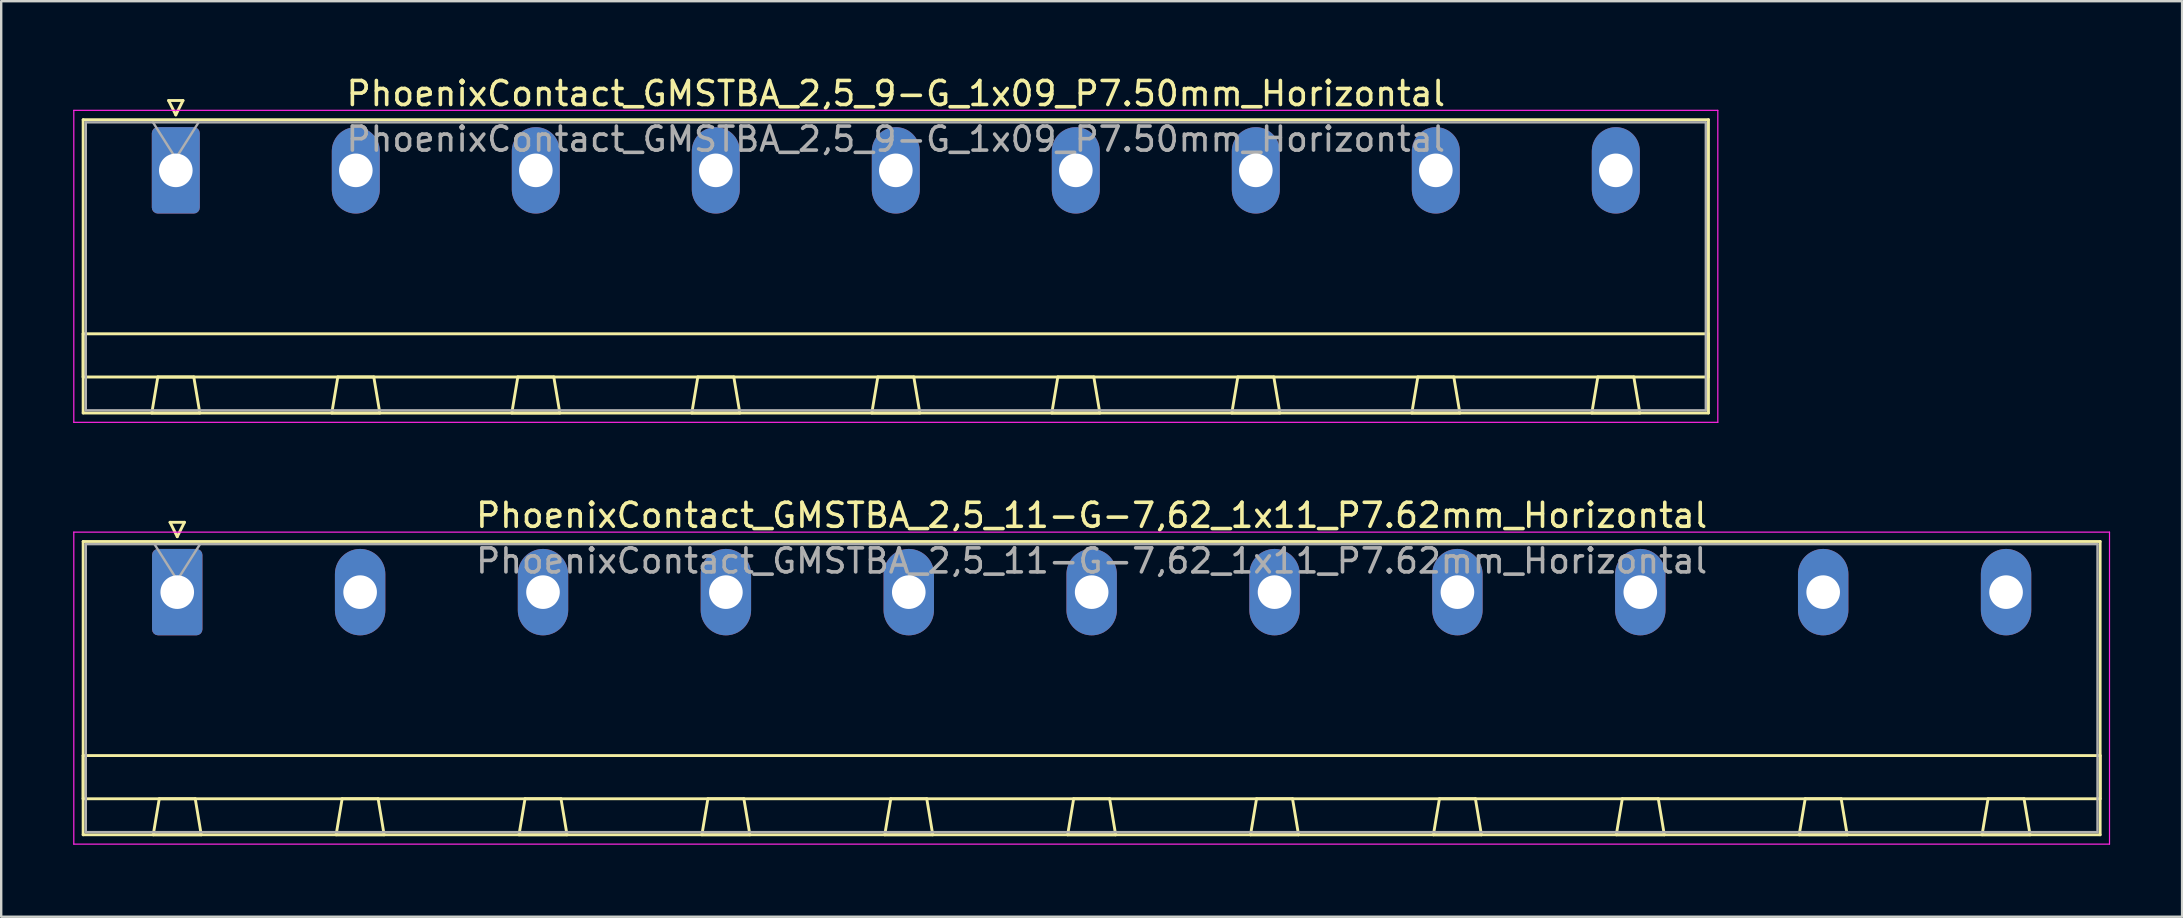
<source format=kicad_pcb>
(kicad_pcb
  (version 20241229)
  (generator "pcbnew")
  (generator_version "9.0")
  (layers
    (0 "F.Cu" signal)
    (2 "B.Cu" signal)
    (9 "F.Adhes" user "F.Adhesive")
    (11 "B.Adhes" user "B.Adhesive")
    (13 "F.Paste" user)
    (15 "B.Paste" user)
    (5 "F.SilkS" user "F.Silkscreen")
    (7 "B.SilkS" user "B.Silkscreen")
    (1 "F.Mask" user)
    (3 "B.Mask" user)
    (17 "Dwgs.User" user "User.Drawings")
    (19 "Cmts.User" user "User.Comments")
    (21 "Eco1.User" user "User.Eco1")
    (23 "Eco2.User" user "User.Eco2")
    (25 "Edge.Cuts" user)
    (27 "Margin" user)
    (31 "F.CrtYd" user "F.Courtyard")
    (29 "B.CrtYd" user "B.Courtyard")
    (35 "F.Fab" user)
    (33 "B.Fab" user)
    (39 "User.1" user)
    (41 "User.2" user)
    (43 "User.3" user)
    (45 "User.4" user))
  (footprint "PhoenixContact_GMSTBA_2,5_9-G_1x09_P7.50mm_Horizontal"
    (layer "F.Cu")
    (at 4.275 4.048)
    (property "Reference" "PhoenixContact_GMSTBA_2,5_9-G_1x09_P7.50mm_Horizontal" (at 30 -3.2 0) (layer "F.SilkS") (effects (font (size 1 1) (thickness 0.15))))
    (attr through_hole)
    (fp_line (start -3.86 -2.11) (end -3.86 10.11) (stroke (width 0.12) (type solid)) (layer "F.SilkS"))
    (fp_line (start -3.86 6.81) (end 63.86 6.81) (stroke (width 0.12) (type solid)) (layer "F.SilkS"))
    (fp_line (start -3.86 8.61) (end -3.86 6.81) (stroke (width 0.12) (type solid)) (layer "F.SilkS"))
    (fp_line (start -3.86 10.11) (end 63.86 10.11) (stroke (width 0.12) (type solid)) (layer "F.SilkS"))
    (fp_line (start -1 10.11) (end 1 10.11) (stroke (width 0.12) (type solid)) (layer "F.SilkS"))
    (fp_line (start -0.75 8.61) (end -1 10.11) (stroke (width 0.12) (type solid)) (layer "F.SilkS"))
    (fp_line (start -0.3 -2.91) (end 0.3 -2.91) (stroke (width 0.12) (type solid)) (layer "F.SilkS"))
    (fp_line (start 0 -2.31) (end -0.3 -2.91) (stroke (width 0.12) (type solid)) (layer "F.SilkS"))
    (fp_line (start 0.3 -2.91) (end 0 -2.31) (stroke (width 0.12) (type solid)) (layer "F.SilkS"))
    (fp_line (start 0.75 8.61) (end -0.75 8.61) (stroke (width 0.12) (type solid)) (layer "F.SilkS"))
    (fp_line (start 1 10.11) (end 0.75 8.61) (stroke (width 0.12) (type solid)) (layer "F.SilkS"))
    (fp_line (start 6.5 10.11) (end 8.5 10.11) (stroke (width 0.12) (type solid)) (layer "F.SilkS"))
    (fp_line (start 6.75 8.61) (end 6.5 10.11) (stroke (width 0.12) (type solid)) (layer "F.SilkS"))
    (fp_line (start 8.25 8.61) (end 6.75 8.61) (stroke (width 0.12) (type solid)) (layer "F.SilkS"))
    (fp_line (start 8.5 10.11) (end 8.25 8.61) (stroke (width 0.12) (type solid)) (layer "F.SilkS"))
    (fp_line (start 14 10.11) (end 16 10.11) (stroke (width 0.12) (type solid)) (layer "F.SilkS"))
    (fp_line (start 14.25 8.61) (end 14 10.11) (stroke (width 0.12) (type solid)) (layer "F.SilkS"))
    (fp_line (start 15.75 8.61) (end 14.25 8.61) (stroke (width 0.12) (type solid)) (layer "F.SilkS"))
    (fp_line (start 16 10.11) (end 15.75 8.61) (stroke (width 0.12) (type solid)) (layer "F.SilkS"))
    (fp_line (start 21.5 10.11) (end 23.5 10.11) (stroke (width 0.12) (type solid)) (layer "F.SilkS"))
    (fp_line (start 21.75 8.61) (end 21.5 10.11) (stroke (width 0.12) (type solid)) (layer "F.SilkS"))
    (fp_line (start 23.25 8.61) (end 21.75 8.61) (stroke (width 0.12) (type solid)) (layer "F.SilkS"))
    (fp_line (start 23.5 10.11) (end 23.25 8.61) (stroke (width 0.12) (type solid)) (layer "F.SilkS"))
    (fp_line (start 29 10.11) (end 31 10.11) (stroke (width 0.12) (type solid)) (layer "F.SilkS"))
    (fp_line (start 29.25 8.61) (end 29 10.11) (stroke (width 0.12) (type solid)) (layer "F.SilkS"))
    (fp_line (start 30.75 8.61) (end 29.25 8.61) (stroke (width 0.12) (type solid)) (layer "F.SilkS"))
    (fp_line (start 31 10.11) (end 30.75 8.61) (stroke (width 0.12) (type solid)) (layer "F.SilkS"))
    (fp_line (start 36.5 10.11) (end 38.5 10.11) (stroke (width 0.12) (type solid)) (layer "F.SilkS"))
    (fp_line (start 36.75 8.61) (end 36.5 10.11) (stroke (width 0.12) (type solid)) (layer "F.SilkS"))
    (fp_line (start 38.25 8.61) (end 36.75 8.61) (stroke (width 0.12) (type solid)) (layer "F.SilkS"))
    (fp_line (start 38.5 10.11) (end 38.25 8.61) (stroke (width 0.12) (type solid)) (layer "F.SilkS"))
    (fp_line (start 44 10.11) (end 46 10.11) (stroke (width 0.12) (type solid)) (layer "F.SilkS"))
    (fp_line (start 44.25 8.61) (end 44 10.11) (stroke (width 0.12) (type solid)) (layer "F.SilkS"))
    (fp_line (start 45.75 8.61) (end 44.25 8.61) (stroke (width 0.12) (type solid)) (layer "F.SilkS"))
    (fp_line (start 46 10.11) (end 45.75 8.61) (stroke (width 0.12) (type solid)) (layer "F.SilkS"))
    (fp_line (start 51.5 10.11) (end 53.5 10.11) (stroke (width 0.12) (type solid)) (layer "F.SilkS"))
    (fp_line (start 51.75 8.61) (end 51.5 10.11) (stroke (width 0.12) (type solid)) (layer "F.SilkS"))
    (fp_line (start 53.25 8.61) (end 51.75 8.61) (stroke (width 0.12) (type solid)) (layer "F.SilkS"))
    (fp_line (start 53.5 10.11) (end 53.25 8.61) (stroke (width 0.12) (type solid)) (layer "F.SilkS"))
    (fp_line (start 59 10.11) (end 61 10.11) (stroke (width 0.12) (type solid)) (layer "F.SilkS"))
    (fp_line (start 59.25 8.61) (end 59 10.11) (stroke (width 0.12) (type solid)) (layer "F.SilkS"))
    (fp_line (start 60.75 8.61) (end 59.25 8.61) (stroke (width 0.12) (type solid)) (layer "F.SilkS"))
    (fp_line (start 61 10.11) (end 60.75 8.61) (stroke (width 0.12) (type solid)) (layer "F.SilkS"))
    (fp_line (start 63.86 -2.11) (end -3.86 -2.11) (stroke (width 0.12) (type solid)) (layer "F.SilkS"))
    (fp_line (start 63.86 6.81) (end 63.86 8.61) (stroke (width 0.12) (type solid)) (layer "F.SilkS"))
    (fp_line (start 63.86 8.61) (end -3.86 8.61) (stroke (width 0.12) (type solid)) (layer "F.SilkS"))
    (fp_line (start 63.86 10.11) (end 63.86 -2.11) (stroke (width 0.12) (type solid)) (layer "F.SilkS"))
    (fp_line (start -4.25 -2.5) (end -4.25 10.5) (stroke (width 0.05) (type solid)) (layer "F.CrtYd"))
    (fp_line (start -4.25 10.5) (end 64.25 10.5) (stroke (width 0.05) (type solid)) (layer "F.CrtYd"))
    (fp_line (start 64.25 -2.5) (end -4.25 -2.5) (stroke (width 0.05) (type solid)) (layer "F.CrtYd"))
    (fp_line (start 64.25 10.5) (end 64.25 -2.5) (stroke (width 0.05) (type solid)) (layer "F.CrtYd"))
    (fp_line (start -3.75 -2) (end -3.75 10) (stroke (width 0.1) (type solid)) (layer "F.Fab"))
    (fp_line (start -3.75 10) (end 63.75 10) (stroke (width 0.1) (type solid)) (layer "F.Fab"))
    (fp_line (start 0 -0.5) (end -0.95 -2) (stroke (width 0.1) (type solid)) (layer "F.Fab"))
    (fp_line (start 0.95 -2) (end 0 -0.5) (stroke (width 0.1) (type solid)) (layer "F.Fab"))
    (fp_line (start 63.75 -2) (end -3.75 -2) (stroke (width 0.1) (type solid)) (layer "F.Fab"))
    (fp_line (start 63.75 10) (end 63.75 -2) (stroke (width 0.1) (type solid)) (layer "F.Fab"))
    (fp_text user "${REFERENCE}" (at 30 -1.3 0) (layer "F.Fab") (effects (font (size 1 1) (thickness 0.15))))
    (pad "1" thru_hole roundrect (at 0 0) (size 2 3.6) (drill 1.4) (layers "*.Cu" "*.Mask") (roundrect_rratio 0.125))
    (pad "2" thru_hole oval (at 7.5 0) (size 2 3.6) (drill 1.4) (layers "*.Cu" "*.Mask"))
    (pad "3" thru_hole oval (at 15 0) (size 2 3.6) (drill 1.4) (layers "*.Cu" "*.Mask"))
    (pad "4" thru_hole oval (at 22.5 0) (size 2 3.6) (drill 1.4) (layers "*.Cu" "*.Mask"))
    (pad "5" thru_hole oval (at 30 0) (size 2 3.6) (drill 1.4) (layers "*.Cu" "*.Mask"))
    (pad "6" thru_hole oval (at 37.5 0) (size 2 3.6) (drill 1.4) (layers "*.Cu" "*.Mask"))
    (pad "7" thru_hole oval (at 45 0) (size 2 3.6) (drill 1.4) (layers "*.Cu" "*.Mask"))
    (pad "8" thru_hole oval (at 52.5 0) (size 2 3.6) (drill 1.4) (layers "*.Cu" "*.Mask"))
    (pad "9" thru_hole oval (at 60 0) (size 2 3.6) (drill 1.4) (layers "*.Cu" "*.Mask")))
  (footprint "PhoenixContact_GMSTBA_2,5_11-G-7,62_1x11_P7.62mm_Horizontal"
    (layer "F.Cu")
    (at 4.335 21.622)
    (property "Reference" "PhoenixContact_GMSTBA_2,5_11-G-7,62_1x11_P7.62mm_Horizontal" (at 38.1 -3.2 0) (layer "F.SilkS") (effects (font (size 1 1) (thickness 0.15))))
    (attr through_hole)
    (fp_line (start -3.92 -2.11) (end -3.92 10.11) (stroke (width 0.12) (type solid)) (layer "F.SilkS"))
    (fp_line (start -3.92 6.81) (end 80.12 6.81) (stroke (width 0.12) (type solid)) (layer "F.SilkS"))
    (fp_line (start -3.92 8.61) (end -3.92 6.81) (stroke (width 0.12) (type solid)) (layer "F.SilkS"))
    (fp_line (start -3.92 10.11) (end 80.12 10.11) (stroke (width 0.12) (type solid)) (layer "F.SilkS"))
    (fp_line (start -1 10.11) (end 1 10.11) (stroke (width 0.12) (type solid)) (layer "F.SilkS"))
    (fp_line (start -0.75 8.61) (end -1 10.11) (stroke (width 0.12) (type solid)) (layer "F.SilkS"))
    (fp_line (start -0.3 -2.91) (end 0.3 -2.91) (stroke (width 0.12) (type solid)) (layer "F.SilkS"))
    (fp_line (start 0 -2.31) (end -0.3 -2.91) (stroke (width 0.12) (type solid)) (layer "F.SilkS"))
    (fp_line (start 0.3 -2.91) (end 0 -2.31) (stroke (width 0.12) (type solid)) (layer "F.SilkS"))
    (fp_line (start 0.75 8.61) (end -0.75 8.61) (stroke (width 0.12) (type solid)) (layer "F.SilkS"))
    (fp_line (start 1 10.11) (end 0.75 8.61) (stroke (width 0.12) (type solid)) (layer "F.SilkS"))
    (fp_line (start 6.62 10.11) (end 8.62 10.11) (stroke (width 0.12) (type solid)) (layer "F.SilkS"))
    (fp_line (start 6.87 8.61) (end 6.62 10.11) (stroke (width 0.12) (type solid)) (layer "F.SilkS"))
    (fp_line (start 8.37 8.61) (end 6.87 8.61) (stroke (width 0.12) (type solid)) (layer "F.SilkS"))
    (fp_line (start 8.62 10.11) (end 8.37 8.61) (stroke (width 0.12) (type solid)) (layer "F.SilkS"))
    (fp_line (start 14.24 10.11) (end 16.24 10.11) (stroke (width 0.12) (type solid)) (layer "F.SilkS"))
    (fp_line (start 14.49 8.61) (end 14.24 10.11) (stroke (width 0.12) (type solid)) (layer "F.SilkS"))
    (fp_line (start 15.99 8.61) (end 14.49 8.61) (stroke (width 0.12) (type solid)) (layer "F.SilkS"))
    (fp_line (start 16.24 10.11) (end 15.99 8.61) (stroke (width 0.12) (type solid)) (layer "F.SilkS"))
    (fp_line (start 21.86 10.11) (end 23.86 10.11) (stroke (width 0.12) (type solid)) (layer "F.SilkS"))
    (fp_line (start 22.11 8.61) (end 21.86 10.11) (stroke (width 0.12) (type solid)) (layer "F.SilkS"))
    (fp_line (start 23.61 8.61) (end 22.11 8.61) (stroke (width 0.12) (type solid)) (layer "F.SilkS"))
    (fp_line (start 23.86 10.11) (end 23.61 8.61) (stroke (width 0.12) (type solid)) (layer "F.SilkS"))
    (fp_line (start 29.48 10.11) (end 31.48 10.11) (stroke (width 0.12) (type solid)) (layer "F.SilkS"))
    (fp_line (start 29.73 8.61) (end 29.48 10.11) (stroke (width 0.12) (type solid)) (layer "F.SilkS"))
    (fp_line (start 31.23 8.61) (end 29.73 8.61) (stroke (width 0.12) (type solid)) (layer "F.SilkS"))
    (fp_line (start 31.48 10.11) (end 31.23 8.61) (stroke (width 0.12) (type solid)) (layer "F.SilkS"))
    (fp_line (start 37.1 10.11) (end 39.1 10.11) (stroke (width 0.12) (type solid)) (layer "F.SilkS"))
    (fp_line (start 37.35 8.61) (end 37.1 10.11) (stroke (width 0.12) (type solid)) (layer "F.SilkS"))
    (fp_line (start 38.85 8.61) (end 37.35 8.61) (stroke (width 0.12) (type solid)) (layer "F.SilkS"))
    (fp_line (start 39.1 10.11) (end 38.85 8.61) (stroke (width 0.12) (type solid)) (layer "F.SilkS"))
    (fp_line (start 44.72 10.11) (end 46.72 10.11) (stroke (width 0.12) (type solid)) (layer "F.SilkS"))
    (fp_line (start 44.97 8.61) (end 44.72 10.11) (stroke (width 0.12) (type solid)) (layer "F.SilkS"))
    (fp_line (start 46.47 8.61) (end 44.97 8.61) (stroke (width 0.12) (type solid)) (layer "F.SilkS"))
    (fp_line (start 46.72 10.11) (end 46.47 8.61) (stroke (width 0.12) (type solid)) (layer "F.SilkS"))
    (fp_line (start 52.34 10.11) (end 54.34 10.11) (stroke (width 0.12) (type solid)) (layer "F.SilkS"))
    (fp_line (start 52.59 8.61) (end 52.34 10.11) (stroke (width 0.12) (type solid)) (layer "F.SilkS"))
    (fp_line (start 54.09 8.61) (end 52.59 8.61) (stroke (width 0.12) (type solid)) (layer "F.SilkS"))
    (fp_line (start 54.34 10.11) (end 54.09 8.61) (stroke (width 0.12) (type solid)) (layer "F.SilkS"))
    (fp_line (start 59.96 10.11) (end 61.96 10.11) (stroke (width 0.12) (type solid)) (layer "F.SilkS"))
    (fp_line (start 60.21 8.61) (end 59.96 10.11) (stroke (width 0.12) (type solid)) (layer "F.SilkS"))
    (fp_line (start 61.71 8.61) (end 60.21 8.61) (stroke (width 0.12) (type solid)) (layer "F.SilkS"))
    (fp_line (start 61.96 10.11) (end 61.71 8.61) (stroke (width 0.12) (type solid)) (layer "F.SilkS"))
    (fp_line (start 67.58 10.11) (end 69.58 10.11) (stroke (width 0.12) (type solid)) (layer "F.SilkS"))
    (fp_line (start 67.83 8.61) (end 67.58 10.11) (stroke (width 0.12) (type solid)) (layer "F.SilkS"))
    (fp_line (start 69.33 8.61) (end 67.83 8.61) (stroke (width 0.12) (type solid)) (layer "F.SilkS"))
    (fp_line (start 69.58 10.11) (end 69.33 8.61) (stroke (width 0.12) (type solid)) (layer "F.SilkS"))
    (fp_line (start 75.2 10.11) (end 77.2 10.11) (stroke (width 0.12) (type solid)) (layer "F.SilkS"))
    (fp_line (start 75.45 8.61) (end 75.2 10.11) (stroke (width 0.12) (type solid)) (layer "F.SilkS"))
    (fp_line (start 76.95 8.61) (end 75.45 8.61) (stroke (width 0.12) (type solid)) (layer "F.SilkS"))
    (fp_line (start 77.2 10.11) (end 76.95 8.61) (stroke (width 0.12) (type solid)) (layer "F.SilkS"))
    (fp_line (start 80.12 -2.11) (end -3.92 -2.11) (stroke (width 0.12) (type solid)) (layer "F.SilkS"))
    (fp_line (start 80.12 6.81) (end 80.12 8.61) (stroke (width 0.12) (type solid)) (layer "F.SilkS"))
    (fp_line (start 80.12 8.61) (end -3.92 8.61) (stroke (width 0.12) (type solid)) (layer "F.SilkS"))
    (fp_line (start 80.12 10.11) (end 80.12 -2.11) (stroke (width 0.12) (type solid)) (layer "F.SilkS"))
    (fp_line (start -4.31 -2.5) (end -4.31 10.5) (stroke (width 0.05) (type solid)) (layer "F.CrtYd"))
    (fp_line (start -4.31 10.5) (end 80.51 10.5) (stroke (width 0.05) (type solid)) (layer "F.CrtYd"))
    (fp_line (start 80.51 -2.5) (end -4.31 -2.5) (stroke (width 0.05) (type solid)) (layer "F.CrtYd"))
    (fp_line (start 80.51 10.5) (end 80.51 -2.5) (stroke (width 0.05) (type solid)) (layer "F.CrtYd"))
    (fp_line (start -3.81 -2) (end -3.81 10) (stroke (width 0.1) (type solid)) (layer "F.Fab"))
    (fp_line (start -3.81 10) (end 80.01 10) (stroke (width 0.1) (type solid)) (layer "F.Fab"))
    (fp_line (start 0 -0.5) (end -0.95 -2) (stroke (width 0.1) (type solid)) (layer "F.Fab"))
    (fp_line (start 0.95 -2) (end 0 -0.5) (stroke (width 0.1) (type solid)) (layer "F.Fab"))
    (fp_line (start 80.01 -2) (end -3.81 -2) (stroke (width 0.1) (type solid)) (layer "F.Fab"))
    (fp_line (start 80.01 10) (end 80.01 -2) (stroke (width 0.1) (type solid)) (layer "F.Fab"))
    (fp_text user "${REFERENCE}" (at 38.1 -1.3 0) (layer "F.Fab") (effects (font (size 1 1) (thickness 0.15))))
    (pad "1" thru_hole roundrect (at 0 0) (size 2.1 3.6) (drill 1.4) (layers "*.Cu" "*.Mask") (roundrect_rratio 0.119))
    (pad "2" thru_hole oval (at 7.62 0) (size 2.1 3.6) (drill 1.4) (layers "*.Cu" "*.Mask"))
    (pad "3" thru_hole oval (at 15.24 0) (size 2.1 3.6) (drill 1.4) (layers "*.Cu" "*.Mask"))
    (pad "4" thru_hole oval (at 22.86 0) (size 2.1 3.6) (drill 1.4) (layers "*.Cu" "*.Mask"))
    (pad "5" thru_hole oval (at 30.48 0) (size 2.1 3.6) (drill 1.4) (layers "*.Cu" "*.Mask"))
    (pad "6" thru_hole oval (at 38.1 0) (size 2.1 3.6) (drill 1.4) (layers "*.Cu" "*.Mask"))
    (pad "7" thru_hole oval (at 45.72 0) (size 2.1 3.6) (drill 1.4) (layers "*.Cu" "*.Mask"))
    (pad "8" thru_hole oval (at 53.34 0) (size 2.1 3.6) (drill 1.4) (layers "*.Cu" "*.Mask"))
    (pad "9" thru_hole oval (at 60.96 0) (size 2.1 3.6) (drill 1.4) (layers "*.Cu" "*.Mask"))
    (pad "10" thru_hole oval (at 68.58 0) (size 2.1 3.6) (drill 1.4) (layers "*.Cu" "*.Mask"))
    (pad "11" thru_hole oval (at 76.2 0) (size 2.1 3.6) (drill 1.4) (layers "*.Cu" "*.Mask")))
  (gr_rect
    (start -3 -3)
    (end 87.87 35.147)
    (stroke (width 0.1) (type default))
    (fill no)
    (layer "Edge.Cuts")))
</source>
